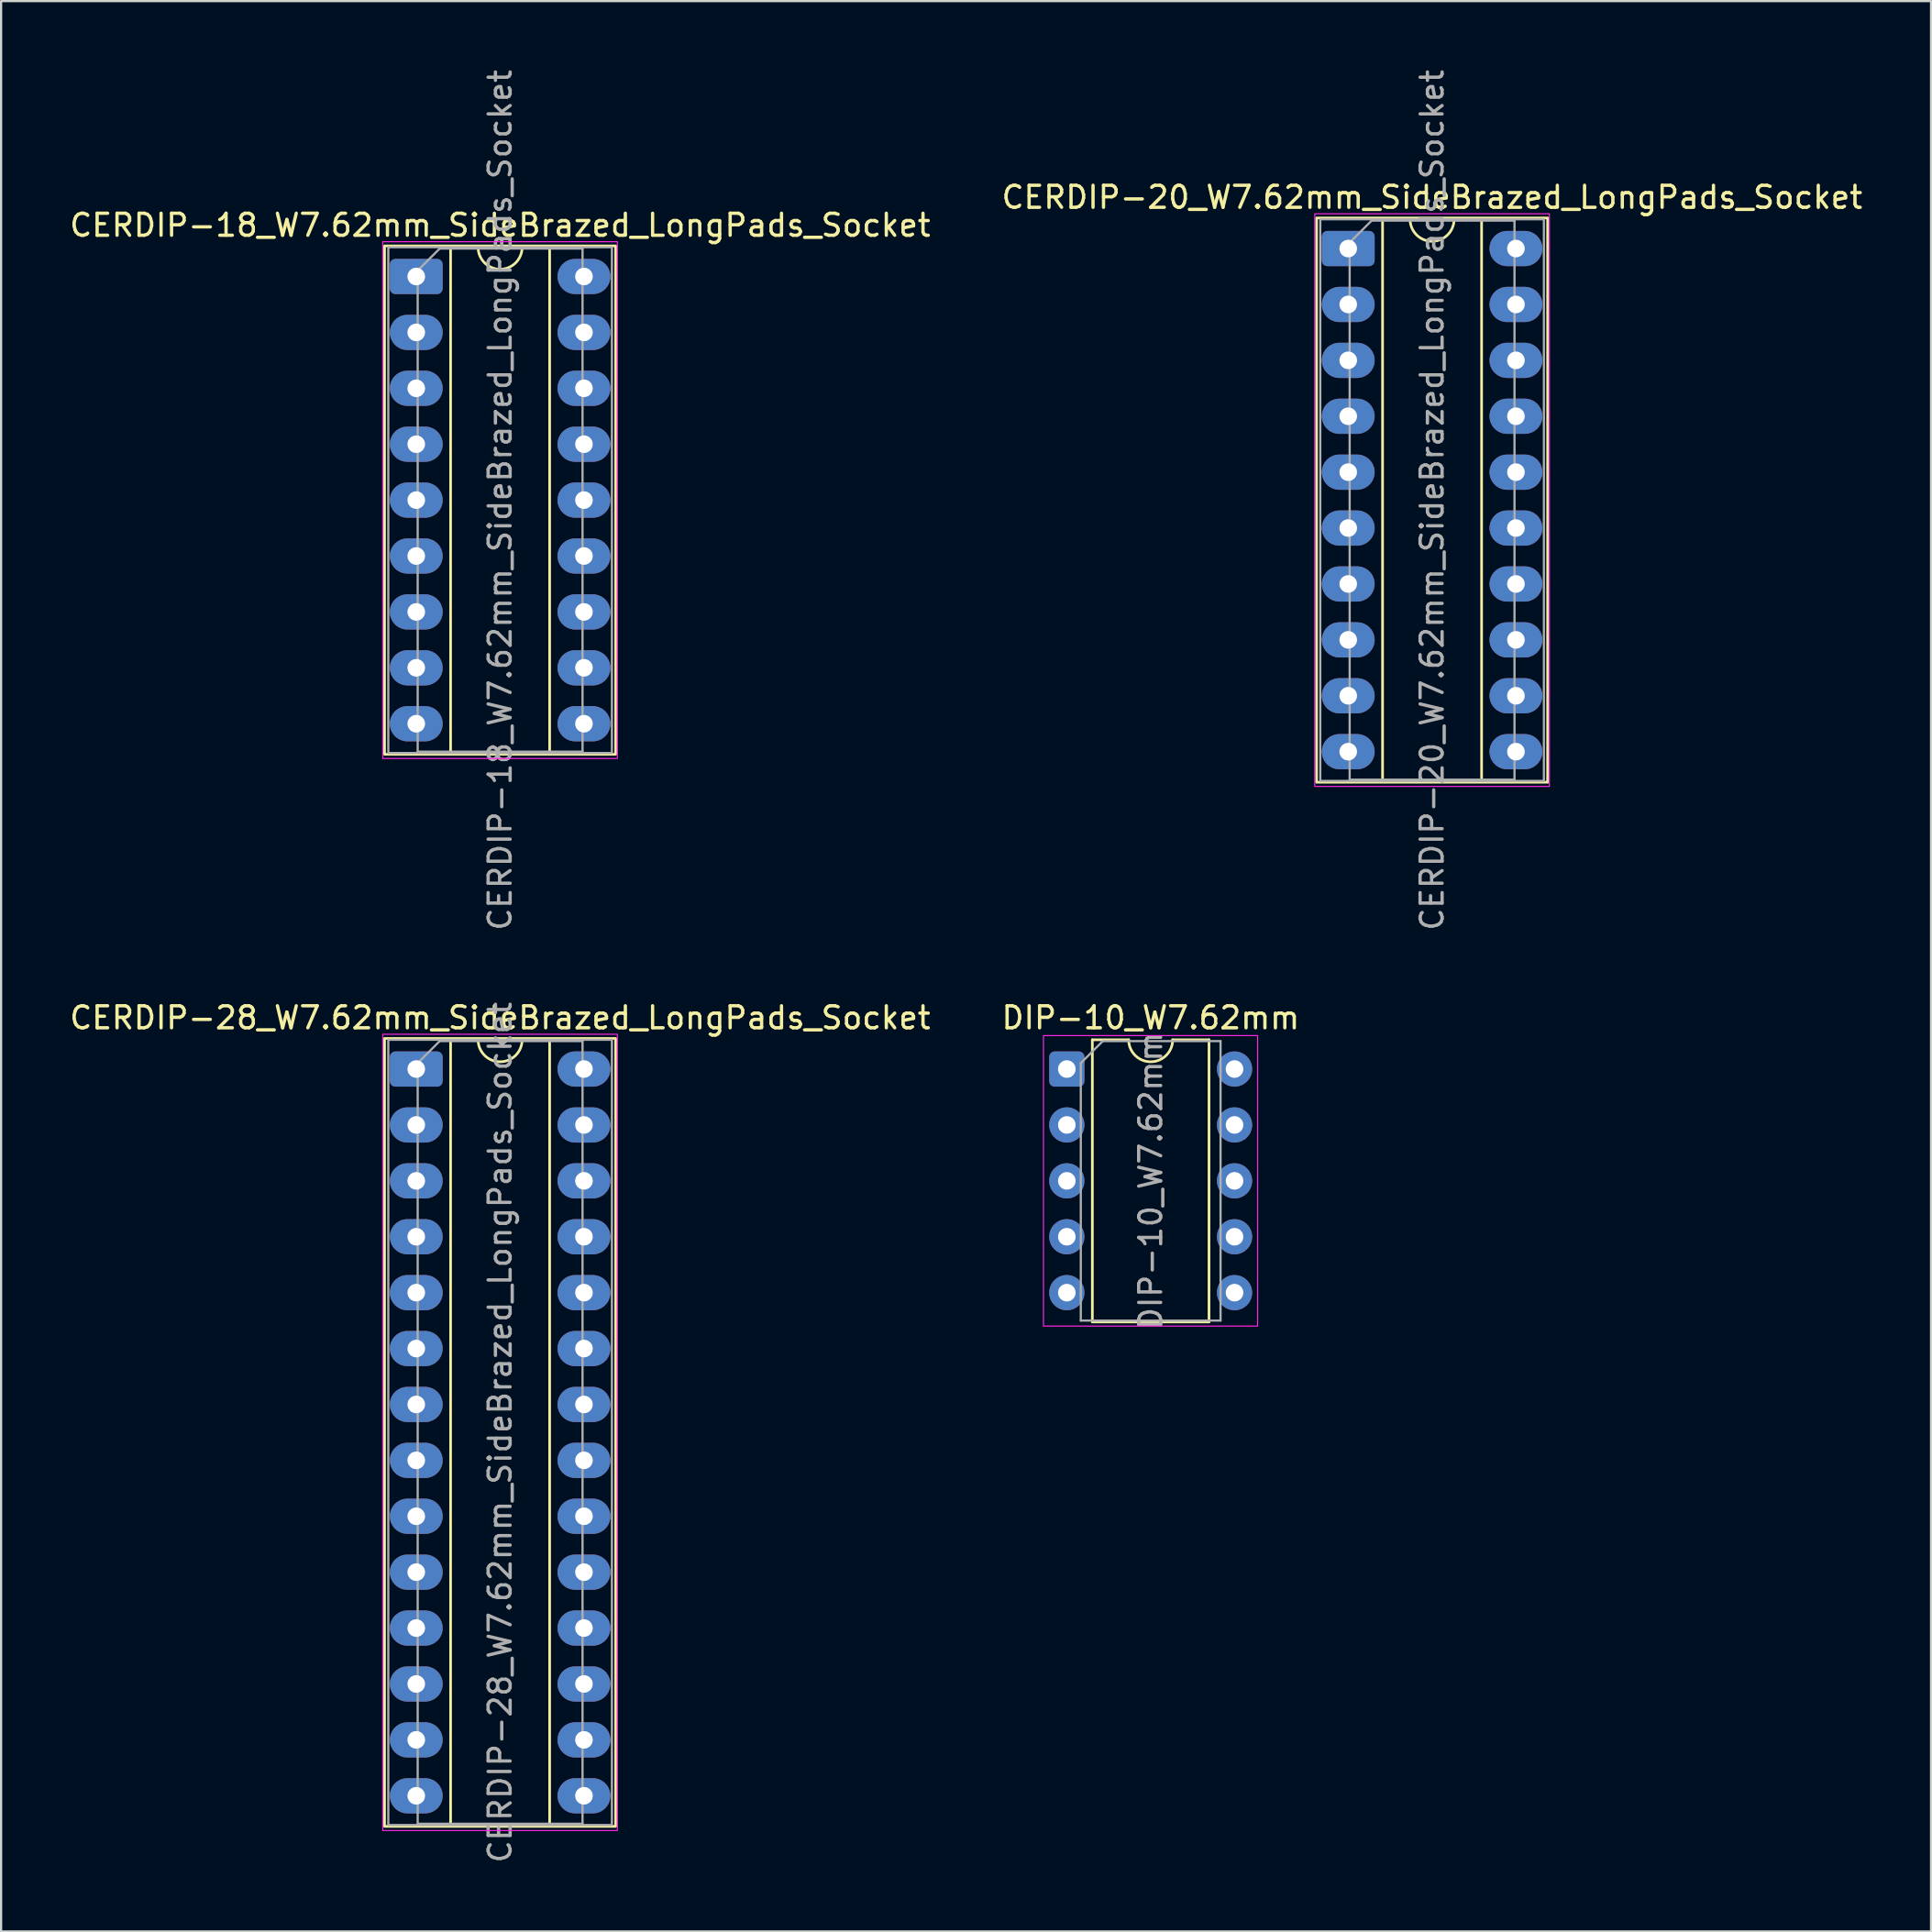
<source format=kicad_pcb>
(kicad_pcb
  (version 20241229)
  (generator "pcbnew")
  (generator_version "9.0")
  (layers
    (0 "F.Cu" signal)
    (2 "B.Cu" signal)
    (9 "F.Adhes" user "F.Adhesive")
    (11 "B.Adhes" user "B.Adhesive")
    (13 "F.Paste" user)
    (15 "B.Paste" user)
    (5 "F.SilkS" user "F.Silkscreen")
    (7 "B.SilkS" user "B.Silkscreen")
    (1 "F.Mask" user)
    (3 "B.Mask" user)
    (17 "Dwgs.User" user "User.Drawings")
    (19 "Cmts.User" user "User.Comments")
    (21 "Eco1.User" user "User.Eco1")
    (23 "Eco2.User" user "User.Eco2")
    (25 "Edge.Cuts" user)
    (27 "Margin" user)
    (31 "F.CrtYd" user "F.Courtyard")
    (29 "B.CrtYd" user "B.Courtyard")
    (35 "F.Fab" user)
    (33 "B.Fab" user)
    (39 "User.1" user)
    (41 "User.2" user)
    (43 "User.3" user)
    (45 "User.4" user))
  (footprint "CERDIP-18_W7.62mm_SideBrazed_LongPads_Socket"
    (layer "F.Cu")
    (at 15.863 9.513)
    (property "Reference" "CERDIP-18_W7.62mm_SideBrazed_LongPads_Socket" (at 3.81 -2.33 0) (layer "F.SilkS") (effects (font (size 1 1) (thickness 0.15))))
    (attr through_hole)
    (fp_line (start 1.56 -1.33) (end 1.56 21.65) (stroke (width 0.12) (type solid)) (layer "F.SilkS"))
    (fp_line (start 1.56 21.65) (end 6.06 21.65) (stroke (width 0.12) (type solid)) (layer "F.SilkS"))
    (fp_line (start 2.81 -1.33) (end 1.56 -1.33) (stroke (width 0.12) (type solid)) (layer "F.SilkS"))
    (fp_line (start 6.06 -1.33) (end 4.81 -1.33) (stroke (width 0.12) (type solid)) (layer "F.SilkS"))
    (fp_line (start 6.06 21.65) (end 6.06 -1.33) (stroke (width 0.12) (type solid)) (layer "F.SilkS"))
    (fp_rect (start -1.44 -1.39) (end 9.06 21.71) (stroke (width 0.12) (type solid)) (fill no) (layer "F.SilkS"))
    (fp_arc (start 4.81 -1.33) (mid 3.81 -0.33) (end 2.81 -1.33) (stroke (width 0.12) (type solid)) (layer "F.SilkS"))
    (fp_rect (start -1.52 -1.58) (end 9.14 21.9) (stroke (width 0.05) (type solid)) (fill no) (layer "F.CrtYd"))
    (fp_line (start 0.065 -0.27) (end 1.065 -1.27) (stroke (width 0.1) (type solid)) (layer "F.Fab"))
    (fp_line (start 0.065 21.59) (end 0.065 -0.27) (stroke (width 0.1) (type solid)) (layer "F.Fab"))
    (fp_line (start 1.065 -1.27) (end 7.555 -1.27) (stroke (width 0.1) (type solid)) (layer "F.Fab"))
    (fp_line (start 7.555 -1.27) (end 7.555 21.59) (stroke (width 0.1) (type solid)) (layer "F.Fab"))
    (fp_line (start 7.555 21.59) (end 0.065 21.59) (stroke (width 0.1) (type solid)) (layer "F.Fab"))
    (fp_rect (start -1.27 -1.33) (end 8.89 21.65) (stroke (width 0.1) (type solid)) (fill no) (layer "F.Fab"))
    (fp_text user "${REFERENCE}" (at 3.81 10.16 90) (layer "F.Fab") (effects (font (size 1 1) (thickness 0.15))))
    (pad "1" thru_hole roundrect (at 0 0) (size 2.4 1.6) (drill 0.8) (layers "*.Cu" "*.Mask") (roundrect_rratio 0.156))
    (pad "2" thru_hole oval (at 0 2.54) (size 2.4 1.6) (drill 0.8) (layers "*.Cu" "*.Mask"))
    (pad "3" thru_hole oval (at 0 5.08) (size 2.4 1.6) (drill 0.8) (layers "*.Cu" "*.Mask"))
    (pad "4" thru_hole oval (at 0 7.62) (size 2.4 1.6) (drill 0.8) (layers "*.Cu" "*.Mask"))
    (pad "5" thru_hole oval (at 0 10.16) (size 2.4 1.6) (drill 0.8) (layers "*.Cu" "*.Mask"))
    (pad "6" thru_hole oval (at 0 12.7) (size 2.4 1.6) (drill 0.8) (layers "*.Cu" "*.Mask"))
    (pad "7" thru_hole oval (at 0 15.24) (size 2.4 1.6) (drill 0.8) (layers "*.Cu" "*.Mask"))
    (pad "8" thru_hole oval (at 0 17.78) (size 2.4 1.6) (drill 0.8) (layers "*.Cu" "*.Mask"))
    (pad "9" thru_hole oval (at 0 20.32) (size 2.4 1.6) (drill 0.8) (layers "*.Cu" "*.Mask"))
    (pad "10" thru_hole oval (at 7.62 20.32) (size 2.4 1.6) (drill 0.8) (layers "*.Cu" "*.Mask"))
    (pad "11" thru_hole oval (at 7.62 17.78) (size 2.4 1.6) (drill 0.8) (layers "*.Cu" "*.Mask"))
    (pad "12" thru_hole oval (at 7.62 15.24) (size 2.4 1.6) (drill 0.8) (layers "*.Cu" "*.Mask"))
    (pad "13" thru_hole oval (at 7.62 12.7) (size 2.4 1.6) (drill 0.8) (layers "*.Cu" "*.Mask"))
    (pad "14" thru_hole oval (at 7.62 10.16) (size 2.4 1.6) (drill 0.8) (layers "*.Cu" "*.Mask"))
    (pad "15" thru_hole oval (at 7.62 7.62) (size 2.4 1.6) (drill 0.8) (layers "*.Cu" "*.Mask"))
    (pad "16" thru_hole oval (at 7.62 5.08) (size 2.4 1.6) (drill 0.8) (layers "*.Cu" "*.Mask"))
    (pad "17" thru_hole oval (at 7.62 2.54) (size 2.4 1.6) (drill 0.8) (layers "*.Cu" "*.Mask"))
    (pad "18" thru_hole oval (at 7.62 0) (size 2.4 1.6) (drill 0.8) (layers "*.Cu" "*.Mask")))
  (footprint "CERDIP-20_W7.62mm_SideBrazed_LongPads_Socket"
    (layer "F.Cu")
    (at 58.208 8.243)
    (property "Reference" "CERDIP-20_W7.62mm_SideBrazed_LongPads_Socket" (at 3.81 -2.33 0) (layer "F.SilkS") (effects (font (size 1 1) (thickness 0.15))))
    (attr through_hole)
    (fp_line (start 1.56 -1.33) (end 1.56 24.19) (stroke (width 0.12) (type solid)) (layer "F.SilkS"))
    (fp_line (start 1.56 24.19) (end 6.06 24.19) (stroke (width 0.12) (type solid)) (layer "F.SilkS"))
    (fp_line (start 2.81 -1.33) (end 1.56 -1.33) (stroke (width 0.12) (type solid)) (layer "F.SilkS"))
    (fp_line (start 6.06 -1.33) (end 4.81 -1.33) (stroke (width 0.12) (type solid)) (layer "F.SilkS"))
    (fp_line (start 6.06 24.19) (end 6.06 -1.33) (stroke (width 0.12) (type solid)) (layer "F.SilkS"))
    (fp_rect (start -1.44 -1.39) (end 9.06 24.25) (stroke (width 0.12) (type solid)) (fill no) (layer "F.SilkS"))
    (fp_arc (start 4.81 -1.33) (mid 3.81 -0.33) (end 2.81 -1.33) (stroke (width 0.12) (type solid)) (layer "F.SilkS"))
    (fp_rect (start -1.52 -1.58) (end 9.14 24.44) (stroke (width 0.05) (type solid)) (fill no) (layer "F.CrtYd"))
    (fp_line (start 0.065 -0.27) (end 1.065 -1.27) (stroke (width 0.1) (type solid)) (layer "F.Fab"))
    (fp_line (start 0.065 24.13) (end 0.065 -0.27) (stroke (width 0.1) (type solid)) (layer "F.Fab"))
    (fp_line (start 1.065 -1.27) (end 7.555 -1.27) (stroke (width 0.1) (type solid)) (layer "F.Fab"))
    (fp_line (start 7.555 -1.27) (end 7.555 24.13) (stroke (width 0.1) (type solid)) (layer "F.Fab"))
    (fp_line (start 7.555 24.13) (end 0.065 24.13) (stroke (width 0.1) (type solid)) (layer "F.Fab"))
    (fp_rect (start -1.27 -1.33) (end 8.89 24.19) (stroke (width 0.1) (type solid)) (fill no) (layer "F.Fab"))
    (fp_text user "${REFERENCE}" (at 3.81 11.43 90) (layer "F.Fab") (effects (font (size 1 1) (thickness 0.15))))
    (pad "1" thru_hole roundrect (at 0 0) (size 2.4 1.6) (drill 0.8) (layers "*.Cu" "*.Mask") (roundrect_rratio 0.156))
    (pad "2" thru_hole oval (at 0 2.54) (size 2.4 1.6) (drill 0.8) (layers "*.Cu" "*.Mask"))
    (pad "3" thru_hole oval (at 0 5.08) (size 2.4 1.6) (drill 0.8) (layers "*.Cu" "*.Mask"))
    (pad "4" thru_hole oval (at 0 7.62) (size 2.4 1.6) (drill 0.8) (layers "*.Cu" "*.Mask"))
    (pad "5" thru_hole oval (at 0 10.16) (size 2.4 1.6) (drill 0.8) (layers "*.Cu" "*.Mask"))
    (pad "6" thru_hole oval (at 0 12.7) (size 2.4 1.6) (drill 0.8) (layers "*.Cu" "*.Mask"))
    (pad "7" thru_hole oval (at 0 15.24) (size 2.4 1.6) (drill 0.8) (layers "*.Cu" "*.Mask"))
    (pad "8" thru_hole oval (at 0 17.78) (size 2.4 1.6) (drill 0.8) (layers "*.Cu" "*.Mask"))
    (pad "9" thru_hole oval (at 0 20.32) (size 2.4 1.6) (drill 0.8) (layers "*.Cu" "*.Mask"))
    (pad "10" thru_hole oval (at 0 22.86) (size 2.4 1.6) (drill 0.8) (layers "*.Cu" "*.Mask"))
    (pad "11" thru_hole oval (at 7.62 22.86) (size 2.4 1.6) (drill 0.8) (layers "*.Cu" "*.Mask"))
    (pad "12" thru_hole oval (at 7.62 20.32) (size 2.4 1.6) (drill 0.8) (layers "*.Cu" "*.Mask"))
    (pad "13" thru_hole oval (at 7.62 17.78) (size 2.4 1.6) (drill 0.8) (layers "*.Cu" "*.Mask"))
    (pad "14" thru_hole oval (at 7.62 15.24) (size 2.4 1.6) (drill 0.8) (layers "*.Cu" "*.Mask"))
    (pad "15" thru_hole oval (at 7.62 12.7) (size 2.4 1.6) (drill 0.8) (layers "*.Cu" "*.Mask"))
    (pad "16" thru_hole oval (at 7.62 10.16) (size 2.4 1.6) (drill 0.8) (layers "*.Cu" "*.Mask"))
    (pad "17" thru_hole oval (at 7.62 7.62) (size 2.4 1.6) (drill 0.8) (layers "*.Cu" "*.Mask"))
    (pad "18" thru_hole oval (at 7.62 5.08) (size 2.4 1.6) (drill 0.8) (layers "*.Cu" "*.Mask"))
    (pad "19" thru_hole oval (at 7.62 2.54) (size 2.4 1.6) (drill 0.8) (layers "*.Cu" "*.Mask"))
    (pad "20" thru_hole oval (at 7.62 0) (size 2.4 1.6) (drill 0.8) (layers "*.Cu" "*.Mask")))
  (footprint "CERDIP-28_W7.62mm_SideBrazed_LongPads_Socket"
    (layer "F.Cu")
    (at 15.863 45.523)
    (property "Reference" "CERDIP-28_W7.62mm_SideBrazed_LongPads_Socket" (at 3.81 -2.33 0) (layer "F.SilkS") (effects (font (size 1 1) (thickness 0.15))))
    (attr through_hole)
    (fp_line (start 1.56 -1.33) (end 1.56 34.35) (stroke (width 0.12) (type solid)) (layer "F.SilkS"))
    (fp_line (start 1.56 34.35) (end 6.06 34.35) (stroke (width 0.12) (type solid)) (layer "F.SilkS"))
    (fp_line (start 2.81 -1.33) (end 1.56 -1.33) (stroke (width 0.12) (type solid)) (layer "F.SilkS"))
    (fp_line (start 6.06 -1.33) (end 4.81 -1.33) (stroke (width 0.12) (type solid)) (layer "F.SilkS"))
    (fp_line (start 6.06 34.35) (end 6.06 -1.33) (stroke (width 0.12) (type solid)) (layer "F.SilkS"))
    (fp_rect (start -1.44 -1.39) (end 9.06 34.41) (stroke (width 0.12) (type solid)) (fill no) (layer "F.SilkS"))
    (fp_arc (start 4.81 -1.33) (mid 3.81 -0.33) (end 2.81 -1.33) (stroke (width 0.12) (type solid)) (layer "F.SilkS"))
    (fp_rect (start -1.52 -1.58) (end 9.14 34.6) (stroke (width 0.05) (type solid)) (fill no) (layer "F.CrtYd"))
    (fp_line (start 0.065 -0.27) (end 1.065 -1.27) (stroke (width 0.1) (type solid)) (layer "F.Fab"))
    (fp_line (start 0.065 34.29) (end 0.065 -0.27) (stroke (width 0.1) (type solid)) (layer "F.Fab"))
    (fp_line (start 1.065 -1.27) (end 7.555 -1.27) (stroke (width 0.1) (type solid)) (layer "F.Fab"))
    (fp_line (start 7.555 -1.27) (end 7.555 34.29) (stroke (width 0.1) (type solid)) (layer "F.Fab"))
    (fp_line (start 7.555 34.29) (end 0.065 34.29) (stroke (width 0.1) (type solid)) (layer "F.Fab"))
    (fp_rect (start -1.27 -1.33) (end 8.89 34.35) (stroke (width 0.1) (type solid)) (fill no) (layer "F.Fab"))
    (fp_text user "${REFERENCE}" (at 3.81 16.51 90) (layer "F.Fab") (effects (font (size 1 1) (thickness 0.15))))
    (pad "1" thru_hole roundrect (at 0 0) (size 2.4 1.6) (drill 0.8) (layers "*.Cu" "*.Mask") (roundrect_rratio 0.156))
    (pad "2" thru_hole oval (at 0 2.54) (size 2.4 1.6) (drill 0.8) (layers "*.Cu" "*.Mask"))
    (pad "3" thru_hole oval (at 0 5.08) (size 2.4 1.6) (drill 0.8) (layers "*.Cu" "*.Mask"))
    (pad "4" thru_hole oval (at 0 7.62) (size 2.4 1.6) (drill 0.8) (layers "*.Cu" "*.Mask"))
    (pad "5" thru_hole oval (at 0 10.16) (size 2.4 1.6) (drill 0.8) (layers "*.Cu" "*.Mask"))
    (pad "6" thru_hole oval (at 0 12.7) (size 2.4 1.6) (drill 0.8) (layers "*.Cu" "*.Mask"))
    (pad "7" thru_hole oval (at 0 15.24) (size 2.4 1.6) (drill 0.8) (layers "*.Cu" "*.Mask"))
    (pad "8" thru_hole oval (at 0 17.78) (size 2.4 1.6) (drill 0.8) (layers "*.Cu" "*.Mask"))
    (pad "9" thru_hole oval (at 0 20.32) (size 2.4 1.6) (drill 0.8) (layers "*.Cu" "*.Mask"))
    (pad "10" thru_hole oval (at 0 22.86) (size 2.4 1.6) (drill 0.8) (layers "*.Cu" "*.Mask"))
    (pad "11" thru_hole oval (at 0 25.4) (size 2.4 1.6) (drill 0.8) (layers "*.Cu" "*.Mask"))
    (pad "12" thru_hole oval (at 0 27.94) (size 2.4 1.6) (drill 0.8) (layers "*.Cu" "*.Mask"))
    (pad "13" thru_hole oval (at 0 30.48) (size 2.4 1.6) (drill 0.8) (layers "*.Cu" "*.Mask"))
    (pad "14" thru_hole oval (at 0 33.02) (size 2.4 1.6) (drill 0.8) (layers "*.Cu" "*.Mask"))
    (pad "15" thru_hole oval (at 7.62 33.02) (size 2.4 1.6) (drill 0.8) (layers "*.Cu" "*.Mask"))
    (pad "16" thru_hole oval (at 7.62 30.48) (size 2.4 1.6) (drill 0.8) (layers "*.Cu" "*.Mask"))
    (pad "17" thru_hole oval (at 7.62 27.94) (size 2.4 1.6) (drill 0.8) (layers "*.Cu" "*.Mask"))
    (pad "18" thru_hole oval (at 7.62 25.4) (size 2.4 1.6) (drill 0.8) (layers "*.Cu" "*.Mask"))
    (pad "19" thru_hole oval (at 7.62 22.86) (size 2.4 1.6) (drill 0.8) (layers "*.Cu" "*.Mask"))
    (pad "20" thru_hole oval (at 7.62 20.32) (size 2.4 1.6) (drill 0.8) (layers "*.Cu" "*.Mask"))
    (pad "21" thru_hole oval (at 7.62 17.78) (size 2.4 1.6) (drill 0.8) (layers "*.Cu" "*.Mask"))
    (pad "22" thru_hole oval (at 7.62 15.24) (size 2.4 1.6) (drill 0.8) (layers "*.Cu" "*.Mask"))
    (pad "23" thru_hole oval (at 7.62 12.7) (size 2.4 1.6) (drill 0.8) (layers "*.Cu" "*.Mask"))
    (pad "24" thru_hole oval (at 7.62 10.16) (size 2.4 1.6) (drill 0.8) (layers "*.Cu" "*.Mask"))
    (pad "25" thru_hole oval (at 7.62 7.62) (size 2.4 1.6) (drill 0.8) (layers "*.Cu" "*.Mask"))
    (pad "26" thru_hole oval (at 7.62 5.08) (size 2.4 1.6) (drill 0.8) (layers "*.Cu" "*.Mask"))
    (pad "27" thru_hole oval (at 7.62 2.54) (size 2.4 1.6) (drill 0.8) (layers "*.Cu" "*.Mask"))
    (pad "28" thru_hole oval (at 7.62 0) (size 2.4 1.6) (drill 0.8) (layers "*.Cu" "*.Mask")))
  (footprint "DIP-10_W7.62mm"
    (layer "F.Cu")
    (at 45.422 45.523)
    (property "Reference" "DIP-10_W7.62mm" (at 3.81 -2.33 0) (layer "F.SilkS") (effects (font (size 1 1) (thickness 0.15))))
    (attr through_hole)
    (fp_line (start 1.16 -1.33) (end 1.16 11.49) (stroke (width 0.12) (type solid)) (layer "F.SilkS"))
    (fp_line (start 1.16 11.49) (end 6.46 11.49) (stroke (width 0.12) (type solid)) (layer "F.SilkS"))
    (fp_line (start 2.81 -1.33) (end 1.16 -1.33) (stroke (width 0.12) (type solid)) (layer "F.SilkS"))
    (fp_line (start 6.46 -1.33) (end 4.81 -1.33) (stroke (width 0.12) (type solid)) (layer "F.SilkS"))
    (fp_line (start 6.46 11.49) (end 6.46 -1.33) (stroke (width 0.12) (type solid)) (layer "F.SilkS"))
    (fp_arc (start 4.81 -1.33) (mid 3.81 -0.33) (end 2.81 -1.33) (stroke (width 0.12) (type solid)) (layer "F.SilkS"))
    (fp_rect (start -1.06 -1.52) (end 8.67 11.68) (stroke (width 0.05) (type solid)) (fill no) (layer "F.CrtYd"))
    (fp_line (start 0.635 -0.27) (end 1.635 -1.27) (stroke (width 0.1) (type solid)) (layer "F.Fab"))
    (fp_line (start 0.635 11.43) (end 0.635 -0.27) (stroke (width 0.1) (type solid)) (layer "F.Fab"))
    (fp_line (start 1.635 -1.27) (end 6.985 -1.27) (stroke (width 0.1) (type solid)) (layer "F.Fab"))
    (fp_line (start 6.985 -1.27) (end 6.985 11.43) (stroke (width 0.1) (type solid)) (layer "F.Fab"))
    (fp_line (start 6.985 11.43) (end 0.635 11.43) (stroke (width 0.1) (type solid)) (layer "F.Fab"))
    (fp_text user "${REFERENCE}" (at 3.81 5.08 90) (layer "F.Fab") (effects (font (size 1 1) (thickness 0.15))))
    (pad "1" thru_hole roundrect (at 0 0) (size 1.6 1.6) (drill 0.8) (layers "*.Cu" "*.Mask") (roundrect_rratio 0.156))
    (pad "2" thru_hole circle (at 0 2.54) (size 1.6 1.6) (drill 0.8) (layers "*.Cu" "*.Mask"))
    (pad "3" thru_hole circle (at 0 5.08) (size 1.6 1.6) (drill 0.8) (layers "*.Cu" "*.Mask"))
    (pad "4" thru_hole circle (at 0 7.62) (size 1.6 1.6) (drill 0.8) (layers "*.Cu" "*.Mask"))
    (pad "5" thru_hole circle (at 0 10.16) (size 1.6 1.6) (drill 0.8) (layers "*.Cu" "*.Mask"))
    (pad "6" thru_hole circle (at 7.62 10.16) (size 1.6 1.6) (drill 0.8) (layers "*.Cu" "*.Mask"))
    (pad "7" thru_hole circle (at 7.62 7.62) (size 1.6 1.6) (drill 0.8) (layers "*.Cu" "*.Mask"))
    (pad "8" thru_hole circle (at 7.62 5.08) (size 1.6 1.6) (drill 0.8) (layers "*.Cu" "*.Mask"))
    (pad "9" thru_hole circle (at 7.62 2.54) (size 1.6 1.6) (drill 0.8) (layers "*.Cu" "*.Mask"))
    (pad "10" thru_hole circle (at 7.62 0) (size 1.6 1.6) (drill 0.8) (layers "*.Cu" "*.Mask")))
  (gr_rect
    (start -3 -3)
    (end 84.69 84.706)
    (stroke (width 0.1) (type default))
    (fill no)
    (layer "Edge.Cuts")))
</source>
